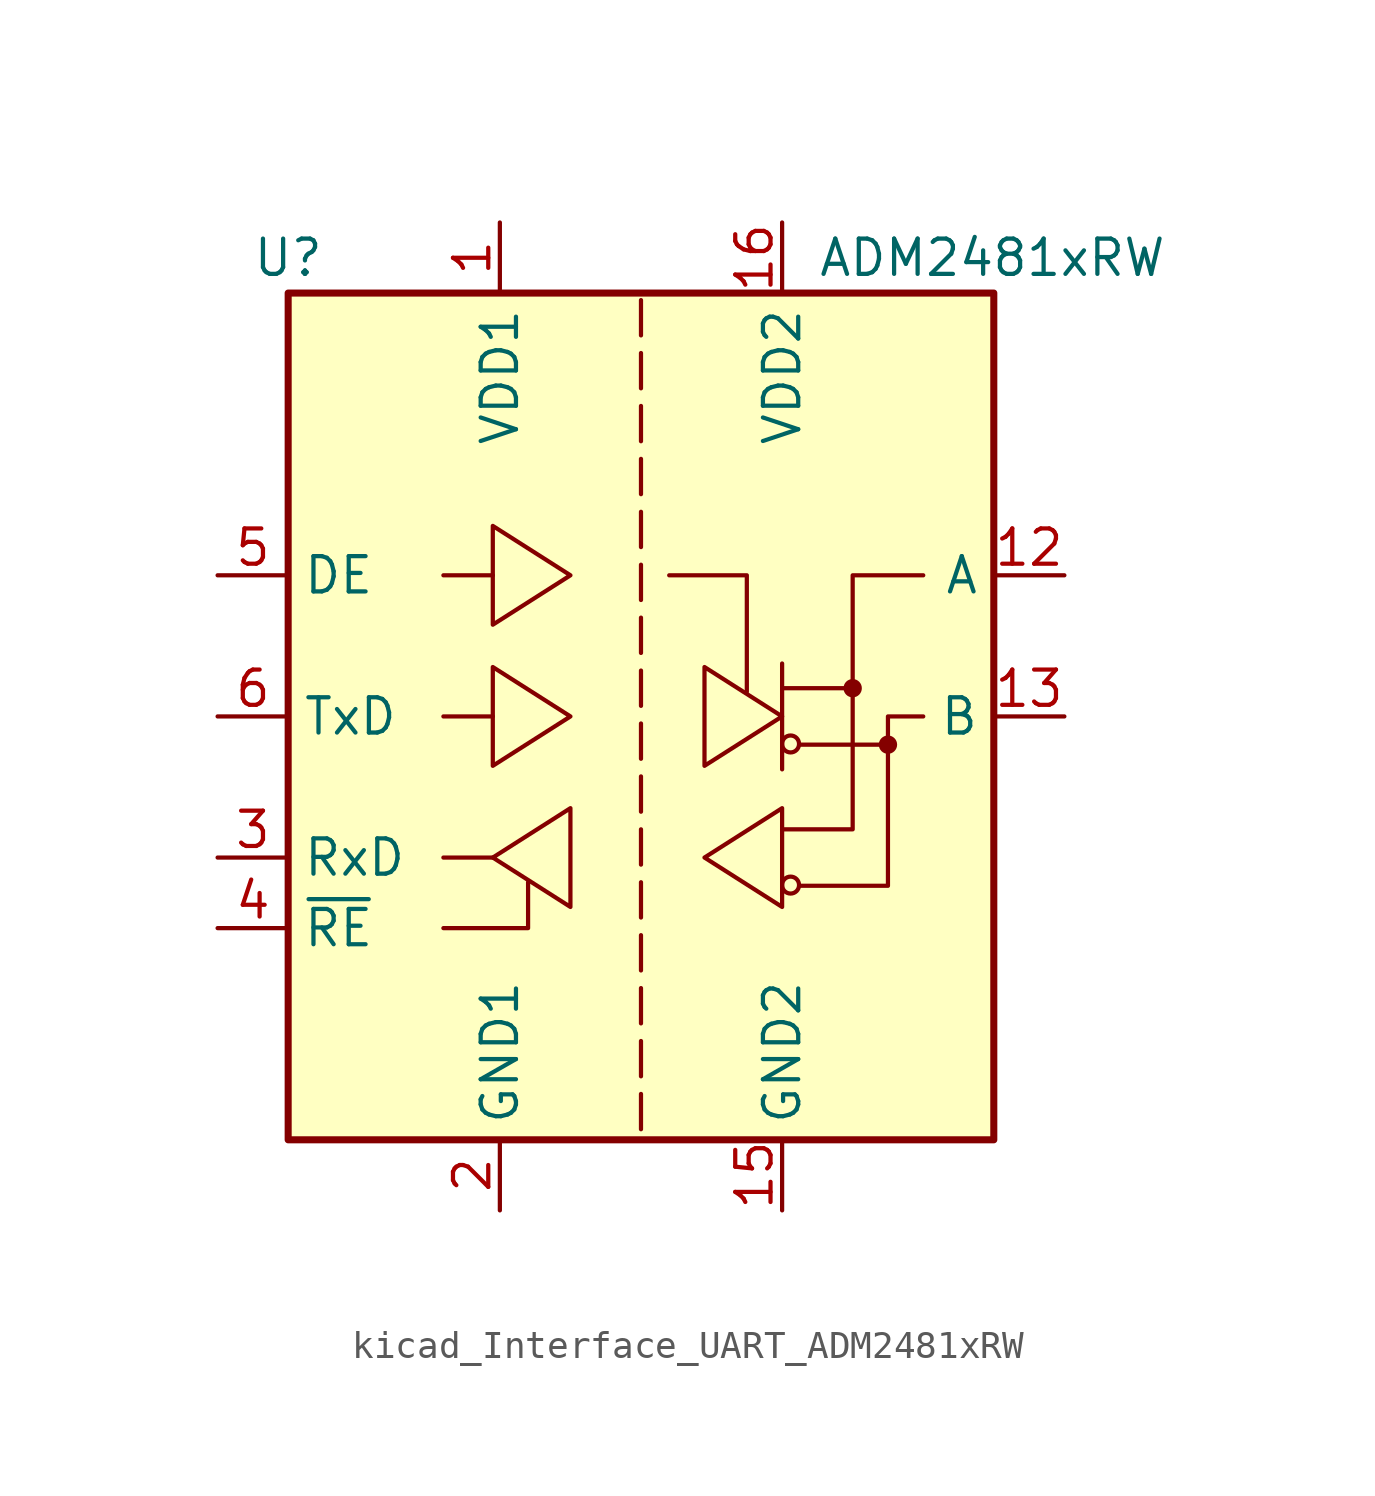
<source format=kicad_sym>
(kicad_symbol_lib
  (version 20220914)
  (generator kicad_symbol_editor)
  (symbol "kicad_Interface_UART_ADM2481xRW"
    (property "Reference" "U"
      (at -12.7 16.51 0)
      (effects (font (size 1.27 1.27))))
    (property "Value" "ADM2481xRW"
      (at 6.35 16.51 0)
      (effects (font (size 1.27 1.27)) (justify left)))
    (symbol "kicad_Interface_UART_ADM2481xRW_0_0"
      (polyline (pts (xy 0 -13.589) (xy 0 -14.859)) (stroke (width 0) (type default)) (fill (type none)))
      (polyline (pts (xy 0 -11.684) (xy 0 -12.954)) (stroke (width 0) (type default)) (fill (type none)))
      (polyline (pts (xy 0 -9.779) (xy 0 -11.049)) (stroke (width 0) (type default)) (fill (type none)))
      (polyline (pts (xy 0 -7.874) (xy 0 -9.144)) (stroke (width 0) (type default)) (fill (type none)))
      (polyline (pts (xy 0 -5.969) (xy 0 -7.239)) (stroke (width 0) (type default)) (fill (type none)))
      (polyline (pts (xy 0 -4.064) (xy 0 -5.334)) (stroke (width 0) (type default)) (fill (type none)))
      (polyline (pts (xy 0 -2.159) (xy 0 -3.429)) (stroke (width 0) (type default)) (fill (type none)))
      (polyline (pts (xy 0 -0.254) (xy 0 -1.524)) (stroke (width 0) (type default)) (fill (type none)))
      (polyline (pts (xy 0 1.651) (xy 0 0.381)) (stroke (width 0) (type default)) (fill (type none)))
      (polyline (pts (xy 0 3.556) (xy 0 2.286)) (stroke (width 0) (type default)) (fill (type none)))
      (polyline (pts (xy 0 5.461) (xy 0 4.191)) (stroke (width 0) (type default)) (fill (type none)))
      (polyline (pts (xy 0 7.366) (xy 0 6.096)) (stroke (width 0) (type default)) (fill (type none)))
      (polyline (pts (xy 0 9.271) (xy 0 8.001)) (stroke (width 0) (type default)) (fill (type none)))
      (polyline (pts (xy 0 11.176) (xy 0 9.906)) (stroke (width 0) (type default)) (fill (type none)))
      (polyline (pts (xy 0 13.081) (xy 0 11.811)) (stroke (width 0) (type default)) (fill (type none)))
      (polyline (pts (xy 0 14.986) (xy 0 13.716)) (stroke (width 0) (type default)) (fill (type none))))
    (symbol "kicad_Interface_UART_ADM2481xRW_0_1"
      (rectangle (start -12.7 15.24) (end 12.7 -15.24) (stroke (width 0.254) (type default)) (fill (type background)))
      (polyline (pts (xy -5.334 -5.08) (xy -7.112 -5.08)) (stroke (width 0) (type default)) (fill (type none)))
      (polyline (pts (xy -5.334 0) (xy -7.112 0)) (stroke (width 0) (type default)) (fill (type none)))
      (polyline (pts (xy -5.334 5.08) (xy -7.112 5.08)) (stroke (width 0) (type default)) (fill (type none)))
      (polyline (pts (xy 5.08 1.016) (xy 7.62 1.016)) (stroke (width 0) (type default)) (fill (type none)))
      (polyline (pts (xy 5.08 1.905) (xy 5.08 -1.905)) (stroke (width 0) (type default)) (fill (type none)))
      (polyline (pts (xy 5.715 -1.016) (xy 8.89 -1.016)) (stroke (width 0) (type default)) (fill (type none)))
      (polyline (pts (xy -7.112 -7.62) (xy -4.064 -7.62) (xy -4.064 -5.969)) (stroke (width 0) (type default)) (fill (type none)))
      (polyline (pts (xy 1.016 5.08) (xy 3.81 5.08) (xy 3.81 0.889)) (stroke (width 0) (type default)) (fill (type none)))
      (polyline (pts (xy -5.334 -5.08) (xy -2.54 -3.302) (xy -2.54 -6.858) (xy -5.334 -5.08)) (stroke (width 0) (type default)) (fill (type none)))
      (polyline (pts (xy -2.54 0) (xy -5.334 1.778) (xy -5.334 -1.778) (xy -2.54 0)) (stroke (width 0) (type default)) (fill (type none)))
      (polyline (pts (xy -2.54 5.08) (xy -5.334 6.858) (xy -5.334 3.302) (xy -2.54 5.08)) (stroke (width 0) (type default)) (fill (type none)))
      (polyline (pts (xy 2.286 -5.08) (xy 5.08 -3.302) (xy 5.08 -6.858) (xy 2.286 -5.08)) (stroke (width 0) (type default)) (fill (type none)))
      (polyline (pts (xy 5.08 -4.064) (xy 7.62 -4.064) (xy 7.62 5.08) (xy 10.16 5.08)) (stroke (width 0) (type default)) (fill (type none)))
      (polyline (pts (xy 5.08 0) (xy 2.286 1.778) (xy 2.286 -1.778) (xy 5.08 0)) (stroke (width 0) (type default)) (fill (type none)))
      (polyline (pts (xy 5.715 -6.096) (xy 8.89 -6.096) (xy 8.89 0) (xy 10.16 0)) (stroke (width 0) (type default)) (fill (type none)))
      (circle (center 5.385 -6.071) (radius 0.305) (stroke (width 0) (type default)) (fill (type none)))
      (circle (center 5.385 -0.991) (radius 0.305) (stroke (width 0) (type default)) (fill (type none)))
      (circle (center 7.62 1.016) (radius 0.254) (stroke (width 0) (type default)) (fill (type outline)))
      (circle (center 8.89 -1.016) (radius 0.254) (stroke (width 0) (type default)) (fill (type outline))))
    (symbol "kicad_Interface_UART_ADM2481xRW_1_1"
      (pin power_in line (at -5.08 17.78 270) (length 2.54) (name "VDD1" (effects (font (size 1.27 1.27)))) (number "1" (effects (font (size 1.27 1.27)))))
      (pin passive line (at 5.08 -17.78 90) (length 2.54) hide (name "GND2" (effects (font (size 1.27 1.27)))) (number "10" (effects (font (size 1.27 1.27)))))
      (pin no_connect line (at 12.7 -7.62 180) (length 2.54) hide (name "NC" (effects (font (size 1.27 1.27)))) (number "11" (effects (font (size 1.27 1.27)))))
      (pin bidirectional line (at 15.24 5.08 180) (length 2.54) (name "A" (effects (font (size 1.27 1.27)))) (number "12" (effects (font (size 1.27 1.27)))))
      (pin bidirectional line (at 15.24 0 180) (length 2.54) (name "B" (effects (font (size 1.27 1.27)))) (number "13" (effects (font (size 1.27 1.27)))))
      (pin no_connect line (at 12.7 7.62 180) (length 2.54) hide (name "NC" (effects (font (size 1.27 1.27)))) (number "14" (effects (font (size 1.27 1.27)))))
      (pin power_in line (at 5.08 -17.78 90) (length 2.54) (name "GND2" (effects (font (size 1.27 1.27)))) (number "15" (effects (font (size 1.27 1.27)))))
      (pin power_in line (at 5.08 17.78 270) (length 2.54) (name "VDD2" (effects (font (size 1.27 1.27)))) (number "16" (effects (font (size 1.27 1.27)))))
      (pin power_in line (at -5.08 -17.78 90) (length 2.54) (name "GND1" (effects (font (size 1.27 1.27)))) (number "2" (effects (font (size 1.27 1.27)))))
      (pin output line (at -15.24 -5.08 0) (length 2.54) (name "RxD" (effects (font (size 1.27 1.27)))) (number "3" (effects (font (size 1.27 1.27)))))
      (pin input line (at -15.24 -7.62 0) (length 2.54) (name "~{RE}" (effects (font (size 1.27 1.27)))) (number "4" (effects (font (size 1.27 1.27)))))
      (pin input line (at -15.24 5.08 0) (length 2.54) (name "DE" (effects (font (size 1.27 1.27)))) (number "5" (effects (font (size 1.27 1.27)))))
      (pin input line (at -15.24 0 0) (length 2.54) (name "TxD" (effects (font (size 1.27 1.27)))) (number "6" (effects (font (size 1.27 1.27)))))
      (pin passive line (at -5.08 -17.78 90) (length 2.54) hide (name "GND1" (effects (font (size 1.27 1.27)))) (number "7" (effects (font (size 1.27 1.27)))))
      (pin passive line (at -5.08 -17.78 90) (length 2.54) hide (name "GND1" (effects (font (size 1.27 1.27)))) (number "8" (effects (font (size 1.27 1.27)))))
      (pin passive line (at 5.08 -17.78 90) (length 2.54) hide (name "GND2" (effects (font (size 1.27 1.27)))) (number "9" (effects (font (size 1.27 1.27))))))))
</source>
